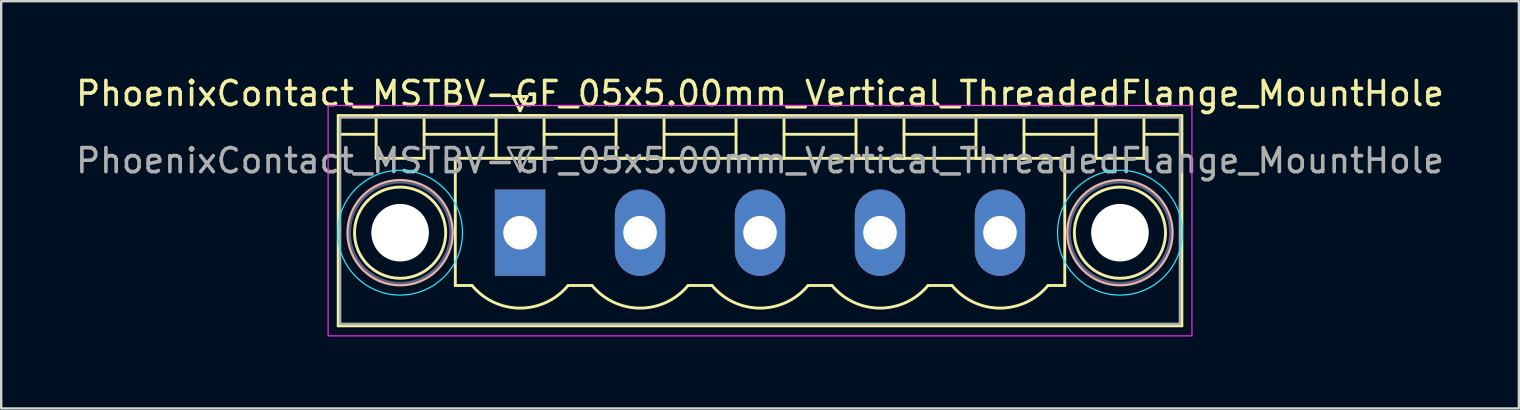
<source format=kicad_pcb>
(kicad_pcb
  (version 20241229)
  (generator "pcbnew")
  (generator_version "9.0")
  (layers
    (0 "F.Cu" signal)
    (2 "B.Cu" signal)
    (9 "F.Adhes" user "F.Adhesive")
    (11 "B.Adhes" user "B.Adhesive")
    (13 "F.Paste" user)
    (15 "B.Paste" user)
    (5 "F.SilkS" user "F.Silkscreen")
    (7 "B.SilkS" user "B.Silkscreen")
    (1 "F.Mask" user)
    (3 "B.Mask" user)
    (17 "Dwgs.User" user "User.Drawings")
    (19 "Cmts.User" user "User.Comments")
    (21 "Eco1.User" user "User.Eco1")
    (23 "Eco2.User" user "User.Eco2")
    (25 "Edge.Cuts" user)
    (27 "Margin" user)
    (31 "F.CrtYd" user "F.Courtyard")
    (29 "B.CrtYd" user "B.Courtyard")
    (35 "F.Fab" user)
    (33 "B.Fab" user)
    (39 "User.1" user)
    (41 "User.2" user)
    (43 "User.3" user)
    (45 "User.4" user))
  (footprint "PhoenixContact_MSTBV-GF_05x5.00mm_Vertical_ThreadedFlange_MountHole"
    (layer "F.Cu")
    (at 18.625 6.648)
    (property "Reference" "PhoenixContact_MSTBV-GF_05x5.00mm_Vertical_ThreadedFlange_MountHole" (at 10 -5.8 0) (layer "F.SilkS") (effects (font (size 1 1) (thickness 0.15))))
    (attr through_hole)
    (fp_line (start -7.58 -4.88) (end -7.58 3.88) (stroke (width 0.12) (type solid)) (layer "F.SilkS"))
    (fp_line (start -7.58 -4.1) (end -6.08 -4.1) (stroke (width 0.12) (type solid)) (layer "F.SilkS"))
    (fp_line (start -7.58 3.88) (end 27.58 3.88) (stroke (width 0.12) (type solid)) (layer "F.SilkS"))
    (fp_line (start -6 -4.88) (end -4 -4.88) (stroke (width 0.12) (type solid)) (layer "F.SilkS"))
    (fp_line (start -6 -3.1) (end -6 -4.88) (stroke (width 0.12) (type solid)) (layer "F.SilkS"))
    (fp_line (start -4 -4.88) (end -4 -3.1) (stroke (width 0.12) (type solid)) (layer "F.SilkS"))
    (fp_line (start -4 -4.1) (end -1 -4.1) (stroke (width 0.12) (type solid)) (layer "F.SilkS"))
    (fp_line (start -4 -3.1) (end -6 -3.1) (stroke (width 0.12) (type solid)) (layer "F.SilkS"))
    (fp_line (start -2.7 -3.1) (end 22.7 -3.1) (stroke (width 0.12) (type solid)) (layer "F.SilkS"))
    (fp_line (start -2.7 2.2) (end -2.7 -3.1) (stroke (width 0.12) (type solid)) (layer "F.SilkS"))
    (fp_line (start -2 2.2) (end -2.7 2.2) (stroke (width 0.12) (type solid)) (layer "F.SilkS"))
    (fp_line (start -1 -4.88) (end 1 -4.88) (stroke (width 0.12) (type solid)) (layer "F.SilkS"))
    (fp_line (start -1 -3.1) (end -1 -4.88) (stroke (width 0.12) (type solid)) (layer "F.SilkS"))
    (fp_line (start -0.3 -5.68) (end 0.3 -5.68) (stroke (width 0.12) (type solid)) (layer "F.SilkS"))
    (fp_line (start 0 -5.08) (end -0.3 -5.68) (stroke (width 0.12) (type solid)) (layer "F.SilkS"))
    (fp_line (start 0.3 -5.68) (end 0 -5.08) (stroke (width 0.12) (type solid)) (layer "F.SilkS"))
    (fp_line (start 1 -4.88) (end 1 -3.1) (stroke (width 0.12) (type solid)) (layer "F.SilkS"))
    (fp_line (start 1 -4.1) (end 4 -4.1) (stroke (width 0.12) (type solid)) (layer "F.SilkS"))
    (fp_line (start 1 -3.1) (end -1 -3.1) (stroke (width 0.12) (type solid)) (layer "F.SilkS"))
    (fp_line (start 2 2.2) (end 3 2.2) (stroke (width 0.12) (type solid)) (layer "F.SilkS"))
    (fp_line (start 4 -4.88) (end 6 -4.88) (stroke (width 0.12) (type solid)) (layer "F.SilkS"))
    (fp_line (start 4 -3.1) (end 4 -4.88) (stroke (width 0.12) (type solid)) (layer "F.SilkS"))
    (fp_line (start 6 -4.88) (end 6 -3.1) (stroke (width 0.12) (type solid)) (layer "F.SilkS"))
    (fp_line (start 6 -4.1) (end 9 -4.1) (stroke (width 0.12) (type solid)) (layer "F.SilkS"))
    (fp_line (start 6 -3.1) (end 4 -3.1) (stroke (width 0.12) (type solid)) (layer "F.SilkS"))
    (fp_line (start 7 2.2) (end 8 2.2) (stroke (width 0.12) (type solid)) (layer "F.SilkS"))
    (fp_line (start 9 -4.88) (end 11 -4.88) (stroke (width 0.12) (type solid)) (layer "F.SilkS"))
    (fp_line (start 9 -3.1) (end 9 -4.88) (stroke (width 0.12) (type solid)) (layer "F.SilkS"))
    (fp_line (start 11 -4.88) (end 11 -3.1) (stroke (width 0.12) (type solid)) (layer "F.SilkS"))
    (fp_line (start 11 -4.1) (end 14 -4.1) (stroke (width 0.12) (type solid)) (layer "F.SilkS"))
    (fp_line (start 11 -3.1) (end 9 -3.1) (stroke (width 0.12) (type solid)) (layer "F.SilkS"))
    (fp_line (start 12 2.2) (end 13 2.2) (stroke (width 0.12) (type solid)) (layer "F.SilkS"))
    (fp_line (start 14 -4.88) (end 16 -4.88) (stroke (width 0.12) (type solid)) (layer "F.SilkS"))
    (fp_line (start 14 -3.1) (end 14 -4.88) (stroke (width 0.12) (type solid)) (layer "F.SilkS"))
    (fp_line (start 16 -4.88) (end 16 -3.1) (stroke (width 0.12) (type solid)) (layer "F.SilkS"))
    (fp_line (start 16 -4.1) (end 19 -4.1) (stroke (width 0.12) (type solid)) (layer "F.SilkS"))
    (fp_line (start 16 -3.1) (end 14 -3.1) (stroke (width 0.12) (type solid)) (layer "F.SilkS"))
    (fp_line (start 17 2.2) (end 18 2.2) (stroke (width 0.12) (type solid)) (layer "F.SilkS"))
    (fp_line (start 19 -4.88) (end 21 -4.88) (stroke (width 0.12) (type solid)) (layer "F.SilkS"))
    (fp_line (start 19 -3.1) (end 19 -4.88) (stroke (width 0.12) (type solid)) (layer "F.SilkS"))
    (fp_line (start 21 -4.88) (end 21 -3.1) (stroke (width 0.12) (type solid)) (layer "F.SilkS"))
    (fp_line (start 21 -4.1) (end 24 -4.1) (stroke (width 0.12) (type solid)) (layer "F.SilkS"))
    (fp_line (start 21 -3.1) (end 19 -3.1) (stroke (width 0.12) (type solid)) (layer "F.SilkS"))
    (fp_line (start 22.7 -3.1) (end 22.7 2.2) (stroke (width 0.12) (type solid)) (layer "F.SilkS"))
    (fp_line (start 22.7 2.2) (end 22 2.2) (stroke (width 0.12) (type solid)) (layer "F.SilkS"))
    (fp_line (start 24 -4.88) (end 26 -4.88) (stroke (width 0.12) (type solid)) (layer "F.SilkS"))
    (fp_line (start 24 -3.1) (end 24 -4.88) (stroke (width 0.12) (type solid)) (layer "F.SilkS"))
    (fp_line (start 26 -4.88) (end 26 -3.1) (stroke (width 0.12) (type solid)) (layer "F.SilkS"))
    (fp_line (start 26 -3.1) (end 24 -3.1) (stroke (width 0.12) (type solid)) (layer "F.SilkS"))
    (fp_line (start 27.58 -4.88) (end -7.58 -4.88) (stroke (width 0.12) (type solid)) (layer "F.SilkS"))
    (fp_line (start 27.58 -4.1) (end 26.08 -4.1) (stroke (width 0.12) (type solid)) (layer "F.SilkS"))
    (fp_line (start 27.58 3.88) (end 27.58 -4.88) (stroke (width 0.12) (type solid)) (layer "F.SilkS"))
    (fp_arc (start 1.986842 2.215821) (mid -0.010289 3.142758) (end -2 2.2) (stroke (width 0.12) (type solid)) (layer "F.SilkS"))
    (fp_arc (start 6.986842 2.215821) (mid 4.989711 3.142758) (end 3 2.2) (stroke (width 0.12) (type solid)) (layer "F.SilkS"))
    (fp_arc (start 11.986842 2.215821) (mid 9.989711 3.142758) (end 8 2.2) (stroke (width 0.12) (type solid)) (layer "F.SilkS"))
    (fp_arc (start 16.986842 2.215821) (mid 14.989711 3.142758) (end 13 2.2) (stroke (width 0.12) (type solid)) (layer "F.SilkS"))
    (fp_arc (start 21.986842 2.215821) (mid 19.989711 3.142758) (end 18 2.2) (stroke (width 0.12) (type solid)) (layer "F.SilkS"))
    (fp_circle (center -5 0) (end -3.1 0) (stroke (width 0.12) (type solid)) (fill no) (layer "F.SilkS"))
    (fp_circle (center 25 0) (end 26.9 0) (stroke (width 0.12) (type solid)) (fill no) (layer "F.SilkS"))
    (fp_circle (center -5 0) (end -2.82 0) (stroke (width 0.12) (type solid)) (fill no) (layer "B.SilkS"))
    (fp_circle (center 25 0) (end 27.18 0) (stroke (width 0.12) (type solid)) (fill no) (layer "B.SilkS"))
    (fp_circle (center -5 0) (end -2.4 0) (stroke (width 0.05) (type solid)) (fill no) (layer "B.CrtYd"))
    (fp_circle (center 25 0) (end 27.6 0) (stroke (width 0.05) (type solid)) (fill no) (layer "B.CrtYd"))
    (fp_line (start -8 -5.3) (end -8 4.3) (stroke (width 0.05) (type solid)) (layer "F.CrtYd"))
    (fp_line (start -8 4.3) (end 28 4.3) (stroke (width 0.05) (type solid)) (layer "F.CrtYd"))
    (fp_line (start 28 -5.3) (end -8 -5.3) (stroke (width 0.05) (type solid)) (layer "F.CrtYd"))
    (fp_line (start 28 4.3) (end 28 -5.3) (stroke (width 0.05) (type solid)) (layer "F.CrtYd"))
    (fp_circle (center -5 0) (end -2.9 0) (stroke (width 0.1) (type solid)) (fill no) (layer "B.Fab"))
    (fp_circle (center 25 0) (end 27.1 0) (stroke (width 0.1) (type solid)) (fill no) (layer "B.Fab"))
    (fp_line (start -7.5 -4.8) (end -7.5 3.8) (stroke (width 0.1) (type solid)) (layer "F.Fab"))
    (fp_line (start -7.5 3.8) (end 27.5 3.8) (stroke (width 0.1) (type solid)) (layer "F.Fab"))
    (fp_line (start -0.5 -3.55) (end 0.5 -3.55) (stroke (width 0.1) (type solid)) (layer "F.Fab"))
    (fp_line (start 0 -2.55) (end -0.5 -3.55) (stroke (width 0.1) (type solid)) (layer "F.Fab"))
    (fp_line (start 0.5 -3.55) (end 0 -2.55) (stroke (width 0.1) (type solid)) (layer "F.Fab"))
    (fp_line (start 27.5 -4.8) (end -7.5 -4.8) (stroke (width 0.1) (type solid)) (layer "F.Fab"))
    (fp_line (start 27.5 3.8) (end 27.5 -4.8) (stroke (width 0.1) (type solid)) (layer "F.Fab"))
    (fp_text user "${REFERENCE}" (at 10 -3 0) (layer "F.Fab") (effects (font (size 1 1) (thickness 0.15))))
    (pad "" np_thru_hole circle (at -5 0) (size 2.4 2.4) (drill 2.4) (layers "*.Cu" "*.Mask"))
    (pad "" np_thru_hole circle (at 25 0) (size 2.4 2.4) (drill 2.4) (layers "*.Cu" "*.Mask"))
    (pad "1" thru_hole rect (at 0 0) (size 2.1 3.6) (drill 1.4) (layers "*.Cu" "*.Mask"))
    (pad "2" thru_hole oval (at 5 0) (size 2.1 3.6) (drill 1.4) (layers "*.Cu" "*.Mask"))
    (pad "3" thru_hole oval (at 10 0) (size 2.1 3.6) (drill 1.4) (layers "*.Cu" "*.Mask"))
    (pad "4" thru_hole oval (at 15 0) (size 2.1 3.6) (drill 1.4) (layers "*.Cu" "*.Mask"))
    (pad "5" thru_hole oval (at 20 0) (size 2.1 3.6) (drill 1.4) (layers "*.Cu" "*.Mask")))
  (gr_rect
    (start -3 -3)
    (end 60.25 13.973)
    (stroke (width 0.1) (type default))
    (fill no)
    (layer "Edge.Cuts")))
</source>
